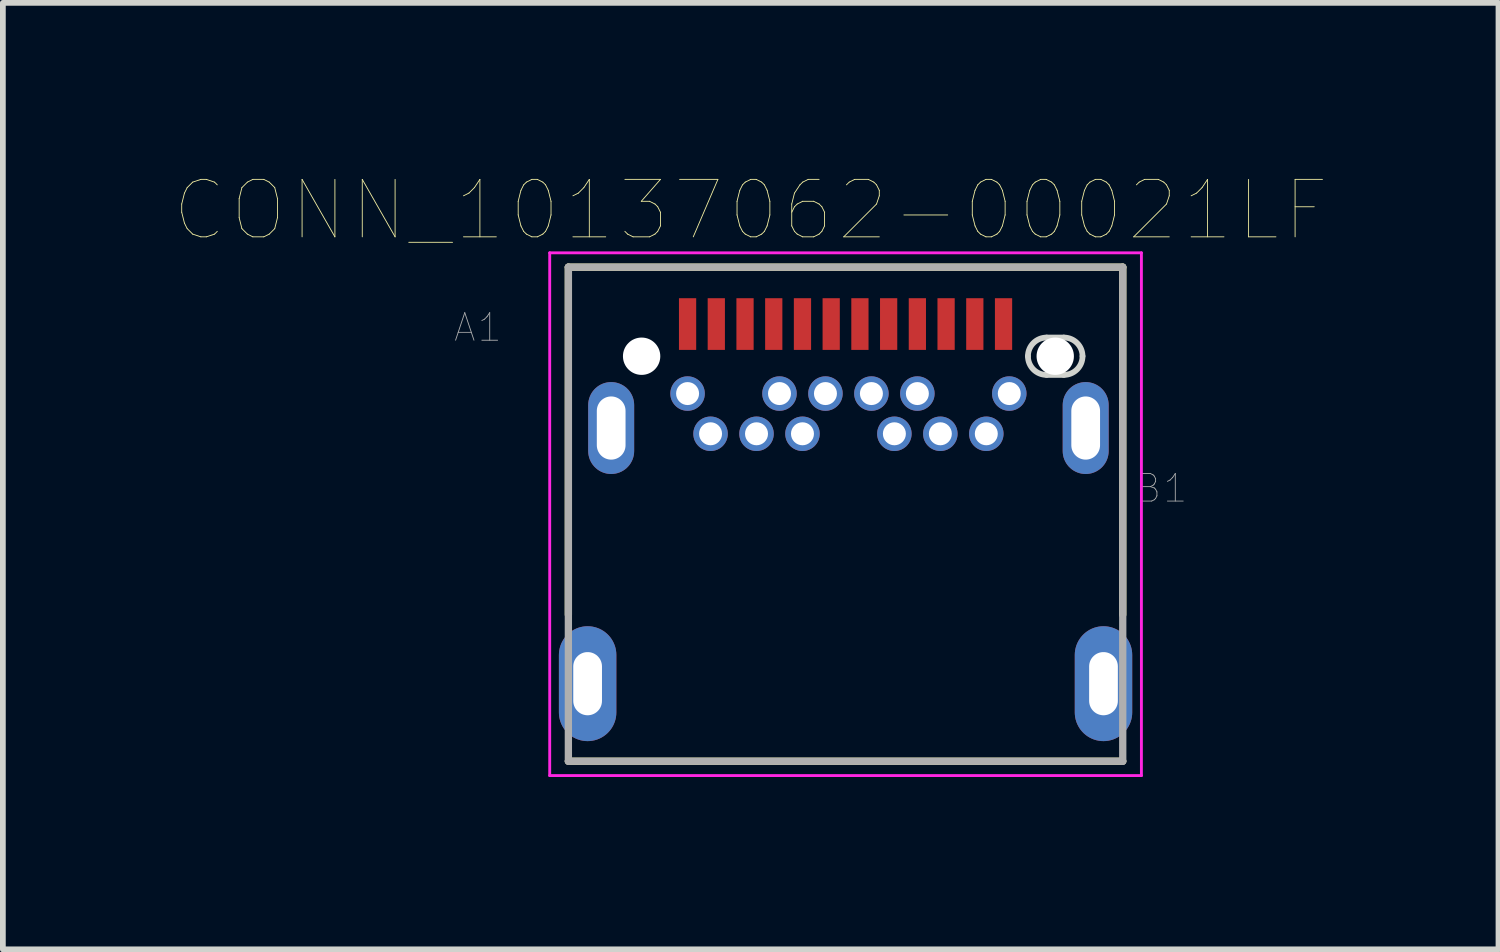
<source format=kicad_pcb>
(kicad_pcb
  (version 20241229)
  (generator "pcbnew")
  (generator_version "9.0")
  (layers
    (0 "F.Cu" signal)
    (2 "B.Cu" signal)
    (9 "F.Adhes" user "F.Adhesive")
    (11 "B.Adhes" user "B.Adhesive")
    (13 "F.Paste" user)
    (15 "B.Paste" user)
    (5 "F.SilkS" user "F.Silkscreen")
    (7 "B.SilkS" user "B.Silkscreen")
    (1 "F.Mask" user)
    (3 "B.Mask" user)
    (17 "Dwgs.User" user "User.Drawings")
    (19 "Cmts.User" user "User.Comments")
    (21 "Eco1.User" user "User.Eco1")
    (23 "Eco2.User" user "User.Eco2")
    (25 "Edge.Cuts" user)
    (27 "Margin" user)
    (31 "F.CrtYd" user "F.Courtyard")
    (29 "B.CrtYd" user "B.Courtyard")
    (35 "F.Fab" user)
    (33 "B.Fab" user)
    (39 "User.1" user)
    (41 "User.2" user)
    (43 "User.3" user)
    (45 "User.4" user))
  (footprint "CONN_10137062-00021LF"
    (layer "F.Cu")
    (at 11.669 3.151)
    (property "Reference" "CONN_10137062-00021LF" (at -1.651 -2.54 0) (layer "F.SilkS") (effects (font (size 1 1) (thickness 0.015))))
    (attr through_hole)
    (fp_line (start -4.825 -1.55) (end -4.825 4.5) (stroke (width 0.127) (type solid)) (layer "F.SilkS"))
    (fp_line (start -4.825 -1.55) (end 4.825 -1.55) (stroke (width 0.127) (type solid)) (layer "F.SilkS"))
    (fp_line (start 4.825 -1.55) (end 4.825 4.5) (stroke (width 0.127) (type solid)) (layer "F.SilkS"))
    (fp_line (start 4.825 7.05) (end -4.825 7.05) (stroke (width 0.127) (type solid)) (layer "F.SilkS"))
    (fp_line (start 3.5 -0.325) (end 3.8 -0.325) (stroke (width 0.1) (type solid)) (layer "Edge.Cuts"))
    (fp_line (start 3.8 0.325) (end 3.5 0.325) (stroke (width 0.1) (type solid)) (layer "Edge.Cuts"))
    (fp_arc (start 3.175 0) (mid 3.27019 -0.22981) (end 3.5 -0.325) (stroke (width 0.1) (type solid)) (layer "Edge.Cuts"))
    (fp_arc (start 3.5 0.325) (mid 3.27019 0.22981) (end 3.175 0) (stroke (width 0.1) (type solid)) (layer "Edge.Cuts"))
    (fp_arc (start 3.8 -0.325) (mid 4.02981 -0.22981) (end 4.125 0) (stroke (width 0.1) (type solid)) (layer "Edge.Cuts"))
    (fp_arc (start 4.125 0) (mid 4.02981 0.22981) (end 3.8 0.325) (stroke (width 0.1) (type solid)) (layer "Edge.Cuts"))
    (fp_line (start -5.15 -1.8) (end 5.15 -1.8) (stroke (width 0.05) (type solid)) (layer "F.CrtYd"))
    (fp_line (start -5.15 7.3) (end -5.15 -1.8) (stroke (width 0.05) (type solid)) (layer "F.CrtYd"))
    (fp_line (start 5.15 -1.8) (end 5.15 7.3) (stroke (width 0.05) (type solid)) (layer "F.CrtYd"))
    (fp_line (start 5.15 7.3) (end -5.15 7.3) (stroke (width 0.05) (type solid)) (layer "F.CrtYd"))
    (fp_line (start -4.825 -1.55) (end 4.825 -1.55) (stroke (width 0.127) (type solid)) (layer "F.Fab"))
    (fp_line (start -4.825 7.05) (end -4.825 -1.55) (stroke (width 0.127) (type solid)) (layer "F.Fab"))
    (fp_line (start 4.825 -1.55) (end 4.825 7.05) (stroke (width 0.127) (type solid)) (layer "F.Fab"))
    (fp_line (start 4.825 7.05) (end -4.825 7.05) (stroke (width 0.127) (type solid)) (layer "F.Fab"))
    (fp_text user "B1" (at 5.5 2.3 0) (layer "F.Fab") (effects (font (size 0.48 0.48) (thickness 0.015))))
    (fp_text user "A1" (at -6.4 -0.5 0) (layer "F.Fab") (effects (font (size 0.48 0.48) (thickness 0.015))))
    (pad "" np_thru_hole circle (at -3.55 0) (size 0.65 0.65) (drill 0.65) (layers "*.Cu" "*.Mask"))
    (pad "" np_thru_hole circle (at 3.65 0) (size 0.65 0.65) (drill 0.65) (layers "*.Cu" "*.Mask"))
    (pad "A1" smd rect (at -2.75 -0.56) (size 0.3 0.9) (layers "F.Cu" "F.Mask" "F.Paste"))
    (pad "A2" smd rect (at -2.25 -0.56) (size 0.3 0.9) (layers "F.Cu" "F.Mask" "F.Paste"))
    (pad "A3" smd rect (at -1.75 -0.56) (size 0.3 0.9) (layers "F.Cu" "F.Mask" "F.Paste"))
    (pad "A4" smd rect (at -1.25 -0.56) (size 0.3 0.9) (layers "F.Cu" "F.Mask" "F.Paste"))
    (pad "A5" smd rect (at -0.75 -0.56) (size 0.3 0.9) (layers "F.Cu" "F.Mask" "F.Paste"))
    (pad "A6" smd rect (at -0.25 -0.56) (size 0.3 0.9) (layers "F.Cu" "F.Mask" "F.Paste"))
    (pad "A7" smd rect (at 0.25 -0.56) (size 0.3 0.9) (layers "F.Cu" "F.Mask" "F.Paste"))
    (pad "A8" smd rect (at 0.75 -0.56) (size 0.3 0.9) (layers "F.Cu" "F.Mask" "F.Paste"))
    (pad "A9" smd rect (at 1.25 -0.56) (size 0.3 0.9) (layers "F.Cu" "F.Mask" "F.Paste"))
    (pad "A10" smd rect (at 1.75 -0.56) (size 0.3 0.9) (layers "F.Cu" "F.Mask" "F.Paste"))
    (pad "A11" smd rect (at 2.25 -0.56) (size 0.3 0.9) (layers "F.Cu" "F.Mask" "F.Paste"))
    (pad "A12" smd rect (at 2.75 -0.56) (size 0.3 0.9) (layers "F.Cu" "F.Mask" "F.Paste"))
    (pad "B1" thru_hole circle (at 2.85 0.65) (size 0.6 0.6) (drill 0.4) (layers "*.Cu" "*.Mask"))
    (pad "B2" thru_hole circle (at 2.45 1.35) (size 0.6 0.6) (drill 0.4) (layers "*.Cu" "*.Mask"))
    (pad "B3" thru_hole circle (at 1.65 1.35) (size 0.6 0.6) (drill 0.4) (layers "*.Cu" "*.Mask"))
    (pad "B4" thru_hole circle (at 1.25 0.65) (size 0.6 0.6) (drill 0.4) (layers "*.Cu" "*.Mask"))
    (pad "B5" thru_hole circle (at 0.85 1.35) (size 0.6 0.6) (drill 0.4) (layers "*.Cu" "*.Mask"))
    (pad "B6" thru_hole circle (at 0.45 0.65) (size 0.6 0.6) (drill 0.4) (layers "*.Cu" "*.Mask"))
    (pad "B7" thru_hole circle (at -0.35 0.65) (size 0.6 0.6) (drill 0.4) (layers "*.Cu" "*.Mask"))
    (pad "B8" thru_hole circle (at -0.75 1.35) (size 0.6 0.6) (drill 0.4) (layers "*.Cu" "*.Mask"))
    (pad "B9" thru_hole circle (at -1.15 0.65) (size 0.6 0.6) (drill 0.4) (layers "*.Cu" "*.Mask"))
    (pad "B10" thru_hole circle (at -1.55 1.35) (size 0.6 0.6) (drill 0.4) (layers "*.Cu" "*.Mask"))
    (pad "B11" thru_hole circle (at -2.35 1.35) (size 0.6 0.6) (drill 0.4) (layers "*.Cu" "*.Mask"))
    (pad "B12" thru_hole circle (at -2.75 0.65) (size 0.6 0.6) (drill 0.4) (layers "*.Cu" "*.Mask"))
    (pad "S1" thru_hole oval (at -4.08 1.25) (size 0.8 1.6) (drill oval 0.5 1.1) (layers "*.Cu" "*.Mask"))
    (pad "S2" thru_hole oval (at 4.18 1.25) (size 0.8 1.6) (drill oval 0.5 1.1) (layers "*.Cu" "*.Mask"))
    (pad "S3" thru_hole oval (at -4.49 5.7) (size 1 2) (drill oval 0.5 1.1) (layers "*.Cu" "*.Mask"))
    (pad "S4" thru_hole oval (at 4.49 5.7) (size 1 2) (drill oval 0.5 1.1) (layers "*.Cu" "*.Mask")))
  (gr_rect
    (start -3 -3)
    (end 23.035 13.476)
    (stroke (width 0.1) (type default))
    (fill no)
    (layer "Edge.Cuts")))
</source>
